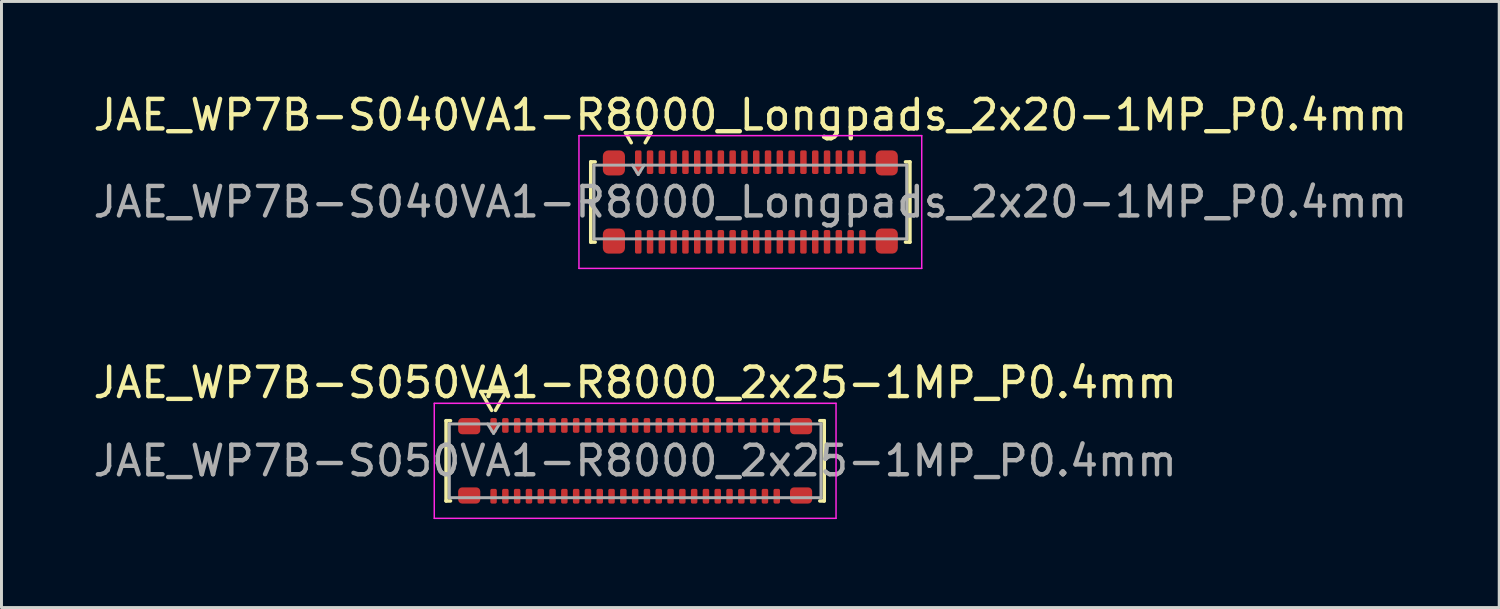
<source format=kicad_pcb>
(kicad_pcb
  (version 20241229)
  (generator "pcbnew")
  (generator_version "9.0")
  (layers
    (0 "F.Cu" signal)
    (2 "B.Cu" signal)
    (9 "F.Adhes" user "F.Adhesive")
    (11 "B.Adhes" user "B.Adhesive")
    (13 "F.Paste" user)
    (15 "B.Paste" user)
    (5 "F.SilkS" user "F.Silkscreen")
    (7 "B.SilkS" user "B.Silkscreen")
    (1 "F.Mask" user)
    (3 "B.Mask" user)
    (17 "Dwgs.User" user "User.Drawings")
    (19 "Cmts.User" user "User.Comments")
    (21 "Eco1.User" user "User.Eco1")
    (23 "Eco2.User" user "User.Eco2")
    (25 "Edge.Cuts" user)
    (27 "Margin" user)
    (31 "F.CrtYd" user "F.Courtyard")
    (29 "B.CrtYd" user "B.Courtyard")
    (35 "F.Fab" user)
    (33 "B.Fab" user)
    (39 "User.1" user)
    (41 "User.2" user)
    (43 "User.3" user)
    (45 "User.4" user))
  (footprint "JAE_WP7B-S040VA1-R8000_Longpads_2x20-1MP_P0.4mm"
    (layer "F.Cu")
    (at 22.387 3.798)
    (property "Reference" "JAE_WP7B-S040VA1-R8000_Longpads_2x20-1MP_P0.4mm" (at 0 -2.95 0) (layer "F.SilkS") (effects (font (size 1 1) (thickness 0.15))))
    (attr smd)
    (fp_line (start -5.41 -1.36) (end -5.26 -1.36) (stroke (width 0.12) (type solid)) (layer "F.SilkS"))
    (fp_line (start -5.41 1.36) (end -5.41 -1.36) (stroke (width 0.12) (type solid)) (layer "F.SilkS"))
    (fp_line (start -5.26 1.36) (end -5.41 1.36) (stroke (width 0.12) (type solid)) (layer "F.SilkS"))
    (fp_line (start -4.233 -2.35) (end -4.037 -2.01) (stroke (width 0.12) (type solid)) (layer "F.SilkS"))
    (fp_line (start -3.563 -2.01) (end -3.367 -2.35) (stroke (width 0.12) (type solid)) (layer "F.SilkS"))
    (fp_line (start -3.367 -2.35) (end -4.233 -2.35) (stroke (width 0.12) (type solid)) (layer "F.SilkS"))
    (fp_line (start 5.26 -1.36) (end 5.41 -1.36) (stroke (width 0.12) (type solid)) (layer "F.SilkS"))
    (fp_line (start 5.41 -1.36) (end 5.41 1.36) (stroke (width 0.12) (type solid)) (layer "F.SilkS"))
    (fp_line (start 5.41 1.36) (end 5.26 1.36) (stroke (width 0.12) (type solid)) (layer "F.SilkS"))
    (fp_line (start -5.81 -2.25) (end -5.81 2.25) (stroke (width 0.05) (type solid)) (layer "F.CrtYd"))
    (fp_line (start -5.81 2.25) (end 5.81 2.25) (stroke (width 0.05) (type solid)) (layer "F.CrtYd"))
    (fp_line (start 5.81 -2.25) (end -5.81 -2.25) (stroke (width 0.05) (type solid)) (layer "F.CrtYd"))
    (fp_line (start 5.81 2.25) (end 5.81 -2.25) (stroke (width 0.05) (type solid)) (layer "F.CrtYd"))
    (fp_line (start -5.3 -1.25) (end 5.3 -1.25) (stroke (width 0.1) (type solid)) (layer "F.Fab"))
    (fp_line (start -5.3 1.25) (end -5.3 -1.25) (stroke (width 0.1) (type solid)) (layer "F.Fab"))
    (fp_line (start -4 -1.25) (end -3.8 -0.93) (stroke (width 0.1) (type solid)) (layer "F.Fab"))
    (fp_line (start -3.8 -0.93) (end -3.6 -1.25) (stroke (width 0.1) (type solid)) (layer "F.Fab"))
    (fp_line (start 5.3 -1.25) (end 5.3 1.25) (stroke (width 0.1) (type solid)) (layer "F.Fab"))
    (fp_line (start 5.3 1.25) (end -5.3 1.25) (stroke (width 0.1) (type solid)) (layer "F.Fab"))
    (fp_text user "${REFERENCE}" (at 0 0 0) (layer "F.Fab") (effects (font (size 1 1) (thickness 0.15))))
    (pad "1" smd roundrect (at -3.8 -1.35) (size 0.22 0.8) (layers "F.Cu" "F.Mask" "F.Paste") (roundrect_rratio 0.25))
    (pad "2" smd roundrect (at -3.8 1.35) (size 0.22 0.8) (layers "F.Cu" "F.Mask" "F.Paste") (roundrect_rratio 0.25))
    (pad "3" smd roundrect (at -3.4 -1.35) (size 0.22 0.8) (layers "F.Cu" "F.Mask" "F.Paste") (roundrect_rratio 0.25))
    (pad "4" smd roundrect (at -3.4 1.35) (size 0.22 0.8) (layers "F.Cu" "F.Mask" "F.Paste") (roundrect_rratio 0.25))
    (pad "5" smd roundrect (at -3 -1.35) (size 0.22 0.8) (layers "F.Cu" "F.Mask" "F.Paste") (roundrect_rratio 0.25))
    (pad "6" smd roundrect (at -3 1.35) (size 0.22 0.8) (layers "F.Cu" "F.Mask" "F.Paste") (roundrect_rratio 0.25))
    (pad "7" smd roundrect (at -2.6 -1.35) (size 0.22 0.8) (layers "F.Cu" "F.Mask" "F.Paste") (roundrect_rratio 0.25))
    (pad "8" smd roundrect (at -2.6 1.35) (size 0.22 0.8) (layers "F.Cu" "F.Mask" "F.Paste") (roundrect_rratio 0.25))
    (pad "9" smd roundrect (at -2.2 -1.35) (size 0.22 0.8) (layers "F.Cu" "F.Mask" "F.Paste") (roundrect_rratio 0.25))
    (pad "10" smd roundrect (at -2.2 1.35) (size 0.22 0.8) (layers "F.Cu" "F.Mask" "F.Paste") (roundrect_rratio 0.25))
    (pad "11" smd roundrect (at -1.8 -1.35) (size 0.22 0.8) (layers "F.Cu" "F.Mask" "F.Paste") (roundrect_rratio 0.25))
    (pad "12" smd roundrect (at -1.8 1.35) (size 0.22 0.8) (layers "F.Cu" "F.Mask" "F.Paste") (roundrect_rratio 0.25))
    (pad "13" smd roundrect (at -1.4 -1.35) (size 0.22 0.8) (layers "F.Cu" "F.Mask" "F.Paste") (roundrect_rratio 0.25))
    (pad "14" smd roundrect (at -1.4 1.35) (size 0.22 0.8) (layers "F.Cu" "F.Mask" "F.Paste") (roundrect_rratio 0.25))
    (pad "15" smd roundrect (at -1 -1.35) (size 0.22 0.8) (layers "F.Cu" "F.Mask" "F.Paste") (roundrect_rratio 0.25))
    (pad "16" smd roundrect (at -1 1.35) (size 0.22 0.8) (layers "F.Cu" "F.Mask" "F.Paste") (roundrect_rratio 0.25))
    (pad "17" smd roundrect (at -0.6 -1.35) (size 0.22 0.8) (layers "F.Cu" "F.Mask" "F.Paste") (roundrect_rratio 0.25))
    (pad "18" smd roundrect (at -0.6 1.35) (size 0.22 0.8) (layers "F.Cu" "F.Mask" "F.Paste") (roundrect_rratio 0.25))
    (pad "19" smd roundrect (at -0.2 -1.35) (size 0.22 0.8) (layers "F.Cu" "F.Mask" "F.Paste") (roundrect_rratio 0.25))
    (pad "20" smd roundrect (at -0.2 1.35) (size 0.22 0.8) (layers "F.Cu" "F.Mask" "F.Paste") (roundrect_rratio 0.25))
    (pad "21" smd roundrect (at 0.2 -1.35) (size 0.22 0.8) (layers "F.Cu" "F.Mask" "F.Paste") (roundrect_rratio 0.25))
    (pad "22" smd roundrect (at 0.2 1.35) (size 0.22 0.8) (layers "F.Cu" "F.Mask" "F.Paste") (roundrect_rratio 0.25))
    (pad "23" smd roundrect (at 0.6 -1.35) (size 0.22 0.8) (layers "F.Cu" "F.Mask" "F.Paste") (roundrect_rratio 0.25))
    (pad "24" smd roundrect (at 0.6 1.35) (size 0.22 0.8) (layers "F.Cu" "F.Mask" "F.Paste") (roundrect_rratio 0.25))
    (pad "25" smd roundrect (at 1 -1.35) (size 0.22 0.8) (layers "F.Cu" "F.Mask" "F.Paste") (roundrect_rratio 0.25))
    (pad "26" smd roundrect (at 1 1.35) (size 0.22 0.8) (layers "F.Cu" "F.Mask" "F.Paste") (roundrect_rratio 0.25))
    (pad "27" smd roundrect (at 1.4 -1.35) (size 0.22 0.8) (layers "F.Cu" "F.Mask" "F.Paste") (roundrect_rratio 0.25))
    (pad "28" smd roundrect (at 1.4 1.35) (size 0.22 0.8) (layers "F.Cu" "F.Mask" "F.Paste") (roundrect_rratio 0.25))
    (pad "29" smd roundrect (at 1.8 -1.35) (size 0.22 0.8) (layers "F.Cu" "F.Mask" "F.Paste") (roundrect_rratio 0.25))
    (pad "30" smd roundrect (at 1.8 1.35) (size 0.22 0.8) (layers "F.Cu" "F.Mask" "F.Paste") (roundrect_rratio 0.25))
    (pad "31" smd roundrect (at 2.2 -1.35) (size 0.22 0.8) (layers "F.Cu" "F.Mask" "F.Paste") (roundrect_rratio 0.25))
    (pad "32" smd roundrect (at 2.2 1.35) (size 0.22 0.8) (layers "F.Cu" "F.Mask" "F.Paste") (roundrect_rratio 0.25))
    (pad "33" smd roundrect (at 2.6 -1.35) (size 0.22 0.8) (layers "F.Cu" "F.Mask" "F.Paste") (roundrect_rratio 0.25))
    (pad "34" smd roundrect (at 2.6 1.35) (size 0.22 0.8) (layers "F.Cu" "F.Mask" "F.Paste") (roundrect_rratio 0.25))
    (pad "35" smd roundrect (at 3 -1.35) (size 0.22 0.8) (layers "F.Cu" "F.Mask" "F.Paste") (roundrect_rratio 0.25))
    (pad "36" smd roundrect (at 3 1.35) (size 0.22 0.8) (layers "F.Cu" "F.Mask" "F.Paste") (roundrect_rratio 0.25))
    (pad "37" smd roundrect (at 3.4 -1.35) (size 0.22 0.8) (layers "F.Cu" "F.Mask" "F.Paste") (roundrect_rratio 0.25))
    (pad "38" smd roundrect (at 3.4 1.35) (size 0.22 0.8) (layers "F.Cu" "F.Mask" "F.Paste") (roundrect_rratio 0.25))
    (pad "39" smd roundrect (at 3.8 -1.35) (size 0.22 0.8) (layers "F.Cu" "F.Mask" "F.Paste") (roundrect_rratio 0.25))
    (pad "40" smd roundrect (at 3.8 1.35) (size 0.22 0.8) (layers "F.Cu" "F.Mask" "F.Paste") (roundrect_rratio 0.25))
    (pad "MP" smd roundrect (at -4.625 -1.325) (size 0.75 0.85) (layers "F.Cu" "F.Mask" "F.Paste") (roundrect_rratio 0.25))
    (pad "MP" smd roundrect (at -4.625 1.325) (size 0.75 0.85) (layers "F.Cu" "F.Mask" "F.Paste") (roundrect_rratio 0.25))
    (pad "MP" smd roundrect (at 4.625 -1.325) (size 0.75 0.85) (layers "F.Cu" "F.Mask" "F.Paste") (roundrect_rratio 0.25))
    (pad "MP" smd roundrect (at 4.625 1.325) (size 0.75 0.85) (layers "F.Cu" "F.Mask" "F.Paste") (roundrect_rratio 0.25)))
  (footprint "JAE_WP7B-S050VA1-R8000_2x25-1MP_P0.4mm"
    (layer "F.Cu")
    (at 18.482 12.572)
    (property "Reference" "JAE_WP7B-S050VA1-R8000_2x25-1MP_P0.4mm" (at 0 -2.65 0) (layer "F.SilkS") (effects (font (size 1 1) (thickness 0.15))))
    (attr smd)
    (fp_line (start -6.41 -1.36) (end -6.26 -1.36) (stroke (width 0.12) (type solid)) (layer "F.SilkS"))
    (fp_line (start -6.41 1.36) (end -6.41 -1.36) (stroke (width 0.12) (type solid)) (layer "F.SilkS"))
    (fp_line (start -6.26 1.36) (end -6.41 1.36) (stroke (width 0.12) (type solid)) (layer "F.SilkS"))
    (fp_line (start -5.233 -2.35) (end -4.864 -1.71) (stroke (width 0.12) (type solid)) (layer "F.SilkS"))
    (fp_line (start -4.736 -1.71) (end -4.367 -2.35) (stroke (width 0.12) (type solid)) (layer "F.SilkS"))
    (fp_line (start -4.367 -2.35) (end -5.233 -2.35) (stroke (width 0.12) (type solid)) (layer "F.SilkS"))
    (fp_line (start 6.26 -1.36) (end 6.41 -1.36) (stroke (width 0.12) (type solid)) (layer "F.SilkS"))
    (fp_line (start 6.41 -1.36) (end 6.41 1.36) (stroke (width 0.12) (type solid)) (layer "F.SilkS"))
    (fp_line (start 6.41 1.36) (end 6.26 1.36) (stroke (width 0.12) (type solid)) (layer "F.SilkS"))
    (fp_line (start -6.81 -1.95) (end -6.81 1.95) (stroke (width 0.05) (type solid)) (layer "F.CrtYd"))
    (fp_line (start -6.81 1.95) (end 6.81 1.95) (stroke (width 0.05) (type solid)) (layer "F.CrtYd"))
    (fp_line (start 6.81 -1.95) (end -6.81 -1.95) (stroke (width 0.05) (type solid)) (layer "F.CrtYd"))
    (fp_line (start 6.81 1.95) (end 6.81 -1.95) (stroke (width 0.05) (type solid)) (layer "F.CrtYd"))
    (fp_line (start -6.3 -1.25) (end 6.3 -1.25) (stroke (width 0.1) (type solid)) (layer "F.Fab"))
    (fp_line (start -6.3 1.25) (end -6.3 -1.25) (stroke (width 0.1) (type solid)) (layer "F.Fab"))
    (fp_line (start -5 -1.25) (end -4.8 -0.93) (stroke (width 0.1) (type solid)) (layer "F.Fab"))
    (fp_line (start -4.8 -0.93) (end -4.6 -1.25) (stroke (width 0.1) (type solid)) (layer "F.Fab"))
    (fp_line (start 6.3 -1.25) (end 6.3 1.25) (stroke (width 0.1) (type solid)) (layer "F.Fab"))
    (fp_line (start 6.3 1.25) (end -6.3 1.25) (stroke (width 0.1) (type solid)) (layer "F.Fab"))
    (fp_text user "${REFERENCE}" (at 0 0 0) (layer "F.Fab") (effects (font (size 1 1) (thickness 0.15))))
    (pad "1" smd roundrect (at -4.8 -1.2) (size 0.22 0.5) (layers "F.Cu" "F.Mask" "F.Paste") (roundrect_rratio 0.25))
    (pad "2" smd roundrect (at -4.8 1.2) (size 0.22 0.5) (layers "F.Cu" "F.Mask" "F.Paste") (roundrect_rratio 0.25))
    (pad "3" smd roundrect (at -4.4 -1.2) (size 0.22 0.5) (layers "F.Cu" "F.Mask" "F.Paste") (roundrect_rratio 0.25))
    (pad "4" smd roundrect (at -4.4 1.2) (size 0.22 0.5) (layers "F.Cu" "F.Mask" "F.Paste") (roundrect_rratio 0.25))
    (pad "5" smd roundrect (at -4 -1.2) (size 0.22 0.5) (layers "F.Cu" "F.Mask" "F.Paste") (roundrect_rratio 0.25))
    (pad "6" smd roundrect (at -4 1.2) (size 0.22 0.5) (layers "F.Cu" "F.Mask" "F.Paste") (roundrect_rratio 0.25))
    (pad "7" smd roundrect (at -3.6 -1.2) (size 0.22 0.5) (layers "F.Cu" "F.Mask" "F.Paste") (roundrect_rratio 0.25))
    (pad "8" smd roundrect (at -3.6 1.2) (size 0.22 0.5) (layers "F.Cu" "F.Mask" "F.Paste") (roundrect_rratio 0.25))
    (pad "9" smd roundrect (at -3.2 -1.2) (size 0.22 0.5) (layers "F.Cu" "F.Mask" "F.Paste") (roundrect_rratio 0.25))
    (pad "10" smd roundrect (at -3.2 1.2) (size 0.22 0.5) (layers "F.Cu" "F.Mask" "F.Paste") (roundrect_rratio 0.25))
    (pad "11" smd roundrect (at -2.8 -1.2) (size 0.22 0.5) (layers "F.Cu" "F.Mask" "F.Paste") (roundrect_rratio 0.25))
    (pad "12" smd roundrect (at -2.8 1.2) (size 0.22 0.5) (layers "F.Cu" "F.Mask" "F.Paste") (roundrect_rratio 0.25))
    (pad "13" smd roundrect (at -2.4 -1.2) (size 0.22 0.5) (layers "F.Cu" "F.Mask" "F.Paste") (roundrect_rratio 0.25))
    (pad "14" smd roundrect (at -2.4 1.2) (size 0.22 0.5) (layers "F.Cu" "F.Mask" "F.Paste") (roundrect_rratio 0.25))
    (pad "15" smd roundrect (at -2 -1.2) (size 0.22 0.5) (layers "F.Cu" "F.Mask" "F.Paste") (roundrect_rratio 0.25))
    (pad "16" smd roundrect (at -2 1.2) (size 0.22 0.5) (layers "F.Cu" "F.Mask" "F.Paste") (roundrect_rratio 0.25))
    (pad "17" smd roundrect (at -1.6 -1.2) (size 0.22 0.5) (layers "F.Cu" "F.Mask" "F.Paste") (roundrect_rratio 0.25))
    (pad "18" smd roundrect (at -1.6 1.2) (size 0.22 0.5) (layers "F.Cu" "F.Mask" "F.Paste") (roundrect_rratio 0.25))
    (pad "19" smd roundrect (at -1.2 -1.2) (size 0.22 0.5) (layers "F.Cu" "F.Mask" "F.Paste") (roundrect_rratio 0.25))
    (pad "20" smd roundrect (at -1.2 1.2) (size 0.22 0.5) (layers "F.Cu" "F.Mask" "F.Paste") (roundrect_rratio 0.25))
    (pad "21" smd roundrect (at -0.8 -1.2) (size 0.22 0.5) (layers "F.Cu" "F.Mask" "F.Paste") (roundrect_rratio 0.25))
    (pad "22" smd roundrect (at -0.8 1.2) (size 0.22 0.5) (layers "F.Cu" "F.Mask" "F.Paste") (roundrect_rratio 0.25))
    (pad "23" smd roundrect (at -0.4 -1.2) (size 0.22 0.5) (layers "F.Cu" "F.Mask" "F.Paste") (roundrect_rratio 0.25))
    (pad "24" smd roundrect (at -0.4 1.2) (size 0.22 0.5) (layers "F.Cu" "F.Mask" "F.Paste") (roundrect_rratio 0.25))
    (pad "25" smd roundrect (at 0 -1.2) (size 0.22 0.5) (layers "F.Cu" "F.Mask" "F.Paste") (roundrect_rratio 0.25))
    (pad "26" smd roundrect (at 0 1.2) (size 0.22 0.5) (layers "F.Cu" "F.Mask" "F.Paste") (roundrect_rratio 0.25))
    (pad "27" smd roundrect (at 0.4 -1.2) (size 0.22 0.5) (layers "F.Cu" "F.Mask" "F.Paste") (roundrect_rratio 0.25))
    (pad "28" smd roundrect (at 0.4 1.2) (size 0.22 0.5) (layers "F.Cu" "F.Mask" "F.Paste") (roundrect_rratio 0.25))
    (pad "29" smd roundrect (at 0.8 -1.2) (size 0.22 0.5) (layers "F.Cu" "F.Mask" "F.Paste") (roundrect_rratio 0.25))
    (pad "30" smd roundrect (at 0.8 1.2) (size 0.22 0.5) (layers "F.Cu" "F.Mask" "F.Paste") (roundrect_rratio 0.25))
    (pad "31" smd roundrect (at 1.2 -1.2) (size 0.22 0.5) (layers "F.Cu" "F.Mask" "F.Paste") (roundrect_rratio 0.25))
    (pad "32" smd roundrect (at 1.2 1.2) (size 0.22 0.5) (layers "F.Cu" "F.Mask" "F.Paste") (roundrect_rratio 0.25))
    (pad "33" smd roundrect (at 1.6 -1.2) (size 0.22 0.5) (layers "F.Cu" "F.Mask" "F.Paste") (roundrect_rratio 0.25))
    (pad "34" smd roundrect (at 1.6 1.2) (size 0.22 0.5) (layers "F.Cu" "F.Mask" "F.Paste") (roundrect_rratio 0.25))
    (pad "35" smd roundrect (at 2 -1.2) (size 0.22 0.5) (layers "F.Cu" "F.Mask" "F.Paste") (roundrect_rratio 0.25))
    (pad "36" smd roundrect (at 2 1.2) (size 0.22 0.5) (layers "F.Cu" "F.Mask" "F.Paste") (roundrect_rratio 0.25))
    (pad "37" smd roundrect (at 2.4 -1.2) (size 0.22 0.5) (layers "F.Cu" "F.Mask" "F.Paste") (roundrect_rratio 0.25))
    (pad "38" smd roundrect (at 2.4 1.2) (size 0.22 0.5) (layers "F.Cu" "F.Mask" "F.Paste") (roundrect_rratio 0.25))
    (pad "39" smd roundrect (at 2.8 -1.2) (size 0.22 0.5) (layers "F.Cu" "F.Mask" "F.Paste") (roundrect_rratio 0.25))
    (pad "40" smd roundrect (at 2.8 1.2) (size 0.22 0.5) (layers "F.Cu" "F.Mask" "F.Paste") (roundrect_rratio 0.25))
    (pad "41" smd roundrect (at 3.2 -1.2) (size 0.22 0.5) (layers "F.Cu" "F.Mask" "F.Paste") (roundrect_rratio 0.25))
    (pad "42" smd roundrect (at 3.2 1.2) (size 0.22 0.5) (layers "F.Cu" "F.Mask" "F.Paste") (roundrect_rratio 0.25))
    (pad "43" smd roundrect (at 3.6 -1.2) (size 0.22 0.5) (layers "F.Cu" "F.Mask" "F.Paste") (roundrect_rratio 0.25))
    (pad "44" smd roundrect (at 3.6 1.2) (size 0.22 0.5) (layers "F.Cu" "F.Mask" "F.Paste") (roundrect_rratio 0.25))
    (pad "45" smd roundrect (at 4 -1.2) (size 0.22 0.5) (layers "F.Cu" "F.Mask" "F.Paste") (roundrect_rratio 0.25))
    (pad "46" smd roundrect (at 4 1.2) (size 0.22 0.5) (layers "F.Cu" "F.Mask" "F.Paste") (roundrect_rratio 0.25))
    (pad "47" smd roundrect (at 4.4 -1.2) (size 0.22 0.5) (layers "F.Cu" "F.Mask" "F.Paste") (roundrect_rratio 0.25))
    (pad "48" smd roundrect (at 4.4 1.2) (size 0.22 0.5) (layers "F.Cu" "F.Mask" "F.Paste") (roundrect_rratio 0.25))
    (pad "49" smd roundrect (at 4.8 -1.2) (size 0.22 0.5) (layers "F.Cu" "F.Mask" "F.Paste") (roundrect_rratio 0.25))
    (pad "50" smd roundrect (at 4.8 1.2) (size 0.22 0.5) (layers "F.Cu" "F.Mask" "F.Paste") (roundrect_rratio 0.25))
    (pad "MP" smd roundrect (at -5.625 -1.175) (size 0.75 0.55) (layers "F.Cu" "F.Mask" "F.Paste") (roundrect_rratio 0.25))
    (pad "MP" smd roundrect (at -5.625 1.175) (size 0.75 0.55) (layers "F.Cu" "F.Mask" "F.Paste") (roundrect_rratio 0.25))
    (pad "MP" smd roundrect (at 5.625 -1.175) (size 0.75 0.55) (layers "F.Cu" "F.Mask" "F.Paste") (roundrect_rratio 0.25))
    (pad "MP" smd roundrect (at 5.625 1.175) (size 0.75 0.55) (layers "F.Cu" "F.Mask" "F.Paste") (roundrect_rratio 0.25)))
  (gr_rect
    (start -3 -3)
    (end 47.774 17.547)
    (stroke (width 0.1) (type default))
    (fill no)
    (layer "Edge.Cuts")))
</source>
